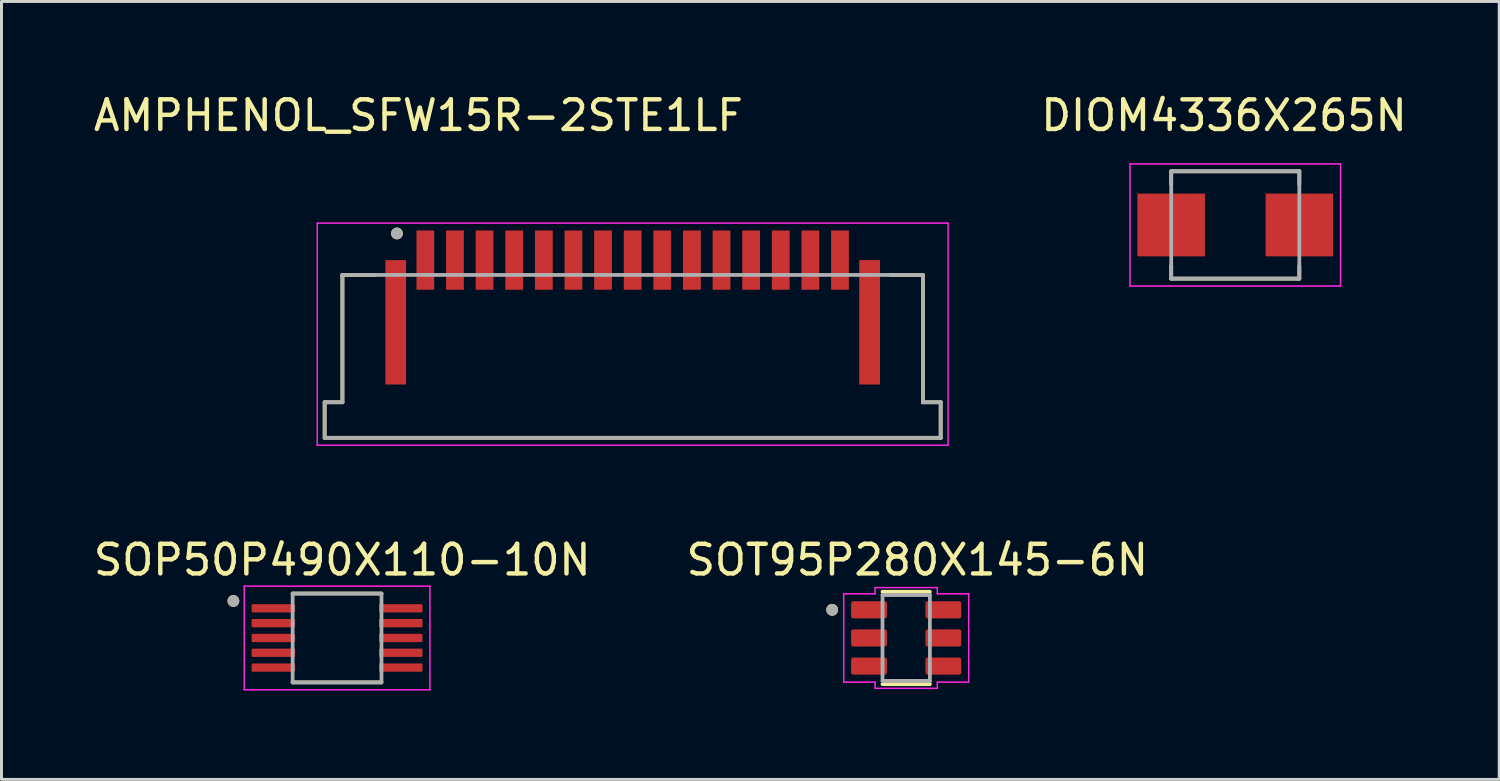
<source format=kicad_pcb>
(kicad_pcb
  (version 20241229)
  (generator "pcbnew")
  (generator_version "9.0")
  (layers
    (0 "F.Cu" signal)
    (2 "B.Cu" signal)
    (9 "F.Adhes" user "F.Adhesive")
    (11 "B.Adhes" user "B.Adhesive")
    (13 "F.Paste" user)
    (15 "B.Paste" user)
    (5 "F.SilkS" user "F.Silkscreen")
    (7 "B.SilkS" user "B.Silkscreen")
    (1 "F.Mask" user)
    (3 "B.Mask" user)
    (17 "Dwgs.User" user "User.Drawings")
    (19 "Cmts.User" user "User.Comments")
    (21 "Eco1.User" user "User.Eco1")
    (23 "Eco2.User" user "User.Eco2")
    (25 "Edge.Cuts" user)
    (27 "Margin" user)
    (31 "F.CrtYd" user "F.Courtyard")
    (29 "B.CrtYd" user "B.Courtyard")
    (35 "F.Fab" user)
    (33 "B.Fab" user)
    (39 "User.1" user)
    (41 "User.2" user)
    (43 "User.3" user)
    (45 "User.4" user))
  (footprint "SOT95P280X145-6N"
    (layer "F.Cu")
    (at 27.548 18.491)
    (property "Reference" "SOT95P280X145-6N" (at 0.375 -2.635 0) (layer "F.SilkS") (effects (font (size 1 1) (thickness 0.15))))
    (attr smd)
    (fp_line (start -0.8 1.56) (end 0.8 1.56) (stroke (width 0.127) (type solid)) (layer "F.SilkS"))
    (fp_line (start 0.8 -1.56) (end -0.8 -1.56) (stroke (width 0.127) (type solid)) (layer "F.SilkS"))
    (fp_circle (center -2.5 -0.95) (end -2.4 -0.95) (stroke (width 0.2) (type solid)) (fill no) (layer "F.SilkS"))
    (fp_line (start -2.11 -1.49) (end -2.11 1.49) (stroke (width 0.05) (type solid)) (layer "F.CrtYd"))
    (fp_line (start -2.11 -1.49) (end -1.05 -1.49) (stroke (width 0.05) (type solid)) (layer "F.CrtYd"))
    (fp_line (start -2.11 1.49) (end -1.05 1.49) (stroke (width 0.05) (type solid)) (layer "F.CrtYd"))
    (fp_line (start -1.05 -1.49) (end -1.05 -1.7) (stroke (width 0.05) (type solid)) (layer "F.CrtYd"))
    (fp_line (start -1.05 1.49) (end -1.05 1.7) (stroke (width 0.05) (type solid)) (layer "F.CrtYd"))
    (fp_line (start -1.05 1.7) (end 1.05 1.7) (stroke (width 0.05) (type solid)) (layer "F.CrtYd"))
    (fp_line (start 1.05 -1.7) (end -1.05 -1.7) (stroke (width 0.05) (type solid)) (layer "F.CrtYd"))
    (fp_line (start 1.05 -1.49) (end 1.05 -1.7) (stroke (width 0.05) (type solid)) (layer "F.CrtYd"))
    (fp_line (start 1.05 1.49) (end 1.05 1.7) (stroke (width 0.05) (type solid)) (layer "F.CrtYd"))
    (fp_line (start 2.11 -1.49) (end 1.05 -1.49) (stroke (width 0.05) (type solid)) (layer "F.CrtYd"))
    (fp_line (start 2.11 1.49) (end 1.05 1.49) (stroke (width 0.05) (type solid)) (layer "F.CrtYd"))
    (fp_line (start 2.11 1.49) (end 2.11 -1.49) (stroke (width 0.05) (type solid)) (layer "F.CrtYd"))
    (fp_line (start -0.8 -1.45) (end -0.8 1.45) (stroke (width 0.127) (type solid)) (layer "F.Fab"))
    (fp_line (start -0.8 1.45) (end 0.8 1.45) (stroke (width 0.127) (type solid)) (layer "F.Fab"))
    (fp_line (start 0.8 -1.45) (end -0.8 -1.45) (stroke (width 0.127) (type solid)) (layer "F.Fab"))
    (fp_line (start 0.8 1.45) (end 0.8 -1.45) (stroke (width 0.127) (type solid)) (layer "F.Fab"))
    (fp_circle (center -2.5 -0.95) (end -2.4 -0.95) (stroke (width 0.2) (type solid)) (fill no) (layer "F.Fab"))
    (pad "1" smd roundrect (at -1.255 -0.95) (size 1.21 0.58) (layers "F.Cu" "F.Mask" "F.Paste") (roundrect_rratio 0.125))
    (pad "2" smd roundrect (at -1.255 0) (size 1.21 0.58) (layers "F.Cu" "F.Mask" "F.Paste") (roundrect_rratio 0.125))
    (pad "3" smd roundrect (at -1.255 0.95) (size 1.21 0.58) (layers "F.Cu" "F.Mask" "F.Paste") (roundrect_rratio 0.125))
    (pad "4" smd roundrect (at 1.255 0.95) (size 1.21 0.58) (layers "F.Cu" "F.Mask" "F.Paste") (roundrect_rratio 0.125))
    (pad "5" smd roundrect (at 1.255 0) (size 1.21 0.58) (layers "F.Cu" "F.Mask" "F.Paste") (roundrect_rratio 0.125))
    (pad "6" smd roundrect (at 1.255 -0.95) (size 1.21 0.58) (layers "F.Cu" "F.Mask" "F.Paste") (roundrect_rratio 0.125)))
  (footprint "SOP50P490X110-10N"
    (layer "F.Cu")
    (at 8.331 18.491)
    (property "Reference" "SOP50P490X110-10N" (at 0.175 -2.635 0) (layer "F.SilkS") (effects (font (size 1 1) (thickness 0.15))))
    (attr smd)
    (fp_line (start -1.5 -1.5) (end 1.5 -1.5) (stroke (width 0.127) (type solid)) (layer "F.SilkS"))
    (fp_line (start -1.5 1.5) (end 1.5 1.5) (stroke (width 0.127) (type solid)) (layer "F.SilkS"))
    (fp_circle (center -3.5 -1.25) (end -3.4 -1.25) (stroke (width 0.2) (type solid)) (fill no) (layer "F.SilkS"))
    (fp_line (start -3.135 -1.75) (end -3.135 1.75) (stroke (width 0.05) (type solid)) (layer "F.CrtYd"))
    (fp_line (start -3.135 -1.75) (end 3.135 -1.75) (stroke (width 0.05) (type solid)) (layer "F.CrtYd"))
    (fp_line (start -3.135 1.75) (end 3.135 1.75) (stroke (width 0.05) (type solid)) (layer "F.CrtYd"))
    (fp_line (start 3.135 -1.75) (end 3.135 1.75) (stroke (width 0.05) (type solid)) (layer "F.CrtYd"))
    (fp_line (start -1.5 -1.5) (end -1.5 1.5) (stroke (width 0.127) (type solid)) (layer "F.Fab"))
    (fp_line (start -1.5 -1.5) (end 1.5 -1.5) (stroke (width 0.127) (type solid)) (layer "F.Fab"))
    (fp_line (start -1.5 1.5) (end 1.5 1.5) (stroke (width 0.127) (type solid)) (layer "F.Fab"))
    (fp_line (start 1.5 -1.5) (end 1.5 1.5) (stroke (width 0.127) (type solid)) (layer "F.Fab"))
    (fp_circle (center -3.5 -1.25) (end -3.4 -1.25) (stroke (width 0.2) (type solid)) (fill no) (layer "F.Fab"))
    (pad "1" smd roundrect (at -2.15 -1) (size 1.47 0.28) (layers "F.Cu" "F.Mask" "F.Paste") (roundrect_rratio 0.125))
    (pad "2" smd roundrect (at -2.15 -0.5) (size 1.47 0.28) (layers "F.Cu" "F.Mask" "F.Paste") (roundrect_rratio 0.125))
    (pad "3" smd roundrect (at -2.15 0) (size 1.47 0.28) (layers "F.Cu" "F.Mask" "F.Paste") (roundrect_rratio 0.125))
    (pad "4" smd roundrect (at -2.15 0.5) (size 1.47 0.28) (layers "F.Cu" "F.Mask" "F.Paste") (roundrect_rratio 0.125))
    (pad "5" smd roundrect (at -2.15 1) (size 1.47 0.28) (layers "F.Cu" "F.Mask" "F.Paste") (roundrect_rratio 0.125))
    (pad "6" smd roundrect (at 2.15 1) (size 1.47 0.28) (layers "F.Cu" "F.Mask" "F.Paste") (roundrect_rratio 0.125))
    (pad "7" smd roundrect (at 2.15 0.5) (size 1.47 0.28) (layers "F.Cu" "F.Mask" "F.Paste") (roundrect_rratio 0.125))
    (pad "8" smd roundrect (at 2.15 0) (size 1.47 0.28) (layers "F.Cu" "F.Mask" "F.Paste") (roundrect_rratio 0.125))
    (pad "9" smd roundrect (at 2.15 -0.5) (size 1.47 0.28) (layers "F.Cu" "F.Mask" "F.Paste") (roundrect_rratio 0.125))
    (pad "10" smd roundrect (at 2.15 -1) (size 1.47 0.28) (layers "F.Cu" "F.Mask" "F.Paste") (roundrect_rratio 0.125)))
  (footprint "AMPHENOL_SFW15R-2STE1LF"
    (layer "F.Cu")
    (at 18.312 7.833)
    (property "Reference" "AMPHENOL_SFW15R-2STE1LF" (at -7.235 -6.985 0) (layer "F.SilkS") (effects (font (size 1 1) (thickness 0.15))))
    (attr smd)
    (fp_line (start -10.4 2.7) (end -9.8 2.7) (stroke (width 0.127) (type solid)) (layer "F.SilkS"))
    (fp_line (start -10.4 3.9) (end -10.4 2.7) (stroke (width 0.127) (type solid)) (layer "F.SilkS"))
    (fp_line (start -9.8 -1.6) (end -8.7 -1.6) (stroke (width 0.127) (type solid)) (layer "F.SilkS"))
    (fp_line (start -9.8 2.7) (end -9.8 -1.6) (stroke (width 0.127) (type solid)) (layer "F.SilkS"))
    (fp_line (start 8.7 -1.6) (end 9.8 -1.6) (stroke (width 0.127) (type solid)) (layer "F.SilkS"))
    (fp_line (start 9.8 -1.6) (end 9.8 2.7) (stroke (width 0.127) (type solid)) (layer "F.SilkS"))
    (fp_line (start 9.8 2.7) (end 10.4 2.7) (stroke (width 0.127) (type solid)) (layer "F.SilkS"))
    (fp_line (start 10.4 2.7) (end 10.4 3.9) (stroke (width 0.127) (type solid)) (layer "F.SilkS"))
    (fp_line (start 10.4 3.9) (end -10.4 3.9) (stroke (width 0.127) (type solid)) (layer "F.SilkS"))
    (fp_circle (center -7.96 -3) (end -7.86 -3) (stroke (width 0.2) (type solid)) (fill no) (layer "F.SilkS"))
    (fp_line (start -10.65 -3.35) (end 10.65 -3.35) (stroke (width 0.05) (type solid)) (layer "F.CrtYd"))
    (fp_line (start -10.65 4.15) (end -10.65 -3.35) (stroke (width 0.05) (type solid)) (layer "F.CrtYd"))
    (fp_line (start 10.65 -3.35) (end 10.65 4.15) (stroke (width 0.05) (type solid)) (layer "F.CrtYd"))
    (fp_line (start 10.65 4.15) (end -10.65 4.15) (stroke (width 0.05) (type solid)) (layer "F.CrtYd"))
    (fp_line (start -10.4 2.7) (end -9.8 2.7) (stroke (width 0.127) (type solid)) (layer "F.Fab"))
    (fp_line (start -10.4 3.9) (end -10.4 2.7) (stroke (width 0.127) (type solid)) (layer "F.Fab"))
    (fp_line (start -10.4 3.9) (end 10.4 3.9) (stroke (width 0.127) (type solid)) (layer "F.Fab"))
    (fp_line (start -9.8 -1.6) (end 9.8 -1.6) (stroke (width 0.127) (type solid)) (layer "F.Fab"))
    (fp_line (start -9.8 2.7) (end -9.8 -1.6) (stroke (width 0.127) (type solid)) (layer "F.Fab"))
    (fp_line (start 9.8 -1.6) (end 9.8 2.7) (stroke (width 0.127) (type solid)) (layer "F.Fab"))
    (fp_line (start 9.8 2.7) (end 10.4 2.7) (stroke (width 0.127) (type solid)) (layer "F.Fab"))
    (fp_line (start 10.4 2.7) (end 10.4 3.9) (stroke (width 0.127) (type solid)) (layer "F.Fab"))
    (fp_circle (center -7.96 -3) (end -7.86 -3) (stroke (width 0.2) (type solid)) (fill no) (layer "F.Fab"))
    (pad "1" smd rect (at -7 -2.1) (size 0.6 2) (layers "F.Cu" "F.Mask" "F.Paste"))
    (pad "2" smd rect (at -6 -2.1) (size 0.6 2) (layers "F.Cu" "F.Mask" "F.Paste"))
    (pad "3" smd rect (at -5 -2.1) (size 0.6 2) (layers "F.Cu" "F.Mask" "F.Paste"))
    (pad "4" smd rect (at -4 -2.1) (size 0.6 2) (layers "F.Cu" "F.Mask" "F.Paste"))
    (pad "5" smd rect (at -3 -2.1) (size 0.6 2) (layers "F.Cu" "F.Mask" "F.Paste"))
    (pad "6" smd rect (at -2 -2.1) (size 0.6 2) (layers "F.Cu" "F.Mask" "F.Paste"))
    (pad "7" smd rect (at -1 -2.1) (size 0.6 2) (layers "F.Cu" "F.Mask" "F.Paste"))
    (pad "8" smd rect (at 0 -2.1) (size 0.6 2) (layers "F.Cu" "F.Mask" "F.Paste"))
    (pad "9" smd rect (at 1 -2.1) (size 0.6 2) (layers "F.Cu" "F.Mask" "F.Paste"))
    (pad "10" smd rect (at 2 -2.1) (size 0.6 2) (layers "F.Cu" "F.Mask" "F.Paste"))
    (pad "11" smd rect (at 3 -2.1) (size 0.6 2) (layers "F.Cu" "F.Mask" "F.Paste"))
    (pad "12" smd rect (at 4 -2.1) (size 0.6 2) (layers "F.Cu" "F.Mask" "F.Paste"))
    (pad "13" smd rect (at 5 -2.1) (size 0.6 2) (layers "F.Cu" "F.Mask" "F.Paste"))
    (pad "14" smd rect (at 6 -2.1) (size 0.6 2) (layers "F.Cu" "F.Mask" "F.Paste"))
    (pad "15" smd rect (at 7 -2.1) (size 0.6 2) (layers "F.Cu" "F.Mask" "F.Paste"))
    (pad "S1" smd rect (at -8 0) (size 0.7 4.2) (layers "F.Cu" "F.Mask" "F.Paste"))
    (pad "S2" smd rect (at 8 0) (size 0.7 4.2) (layers "F.Cu" "F.Mask" "F.Paste")))
  (footprint "DIOM4336X265N"
    (layer "F.Cu")
    (at 38.659 4.546)
    (property "Reference" "DIOM4336X265N" (at -0.38 -3.697 0) (layer "F.SilkS") (effects (font (size 1 1) (thickness 0.15))))
    (attr smd)
    (fp_line (start -2.163 -1.812) (end -2.163 -1.38) (stroke (width 0.127) (type solid)) (layer "F.SilkS"))
    (fp_line (start -2.163 1.812) (end -2.163 1.38) (stroke (width 0.127) (type solid)) (layer "F.SilkS"))
    (fp_line (start -2.163 1.812) (end 2.163 1.812) (stroke (width 0.127) (type solid)) (layer "F.SilkS"))
    (fp_line (start 2.163 -1.812) (end -2.163 -1.812) (stroke (width 0.127) (type solid)) (layer "F.SilkS"))
    (fp_line (start 2.163 -1.38) (end 2.163 -1.812) (stroke (width 0.127) (type solid)) (layer "F.SilkS"))
    (fp_line (start 2.163 1.812) (end 2.163 1.38) (stroke (width 0.127) (type solid)) (layer "F.SilkS"))
    (fp_line (start -3.555 -2.062) (end -3.555 2.062) (stroke (width 0.05) (type solid)) (layer "F.CrtYd"))
    (fp_line (start -3.555 2.062) (end 3.555 2.062) (stroke (width 0.05) (type solid)) (layer "F.CrtYd"))
    (fp_line (start 3.555 -2.062) (end -3.555 -2.062) (stroke (width 0.05) (type solid)) (layer "F.CrtYd"))
    (fp_line (start 3.555 2.062) (end 3.555 -2.062) (stroke (width 0.05) (type solid)) (layer "F.CrtYd"))
    (fp_line (start -2.163 -1.812) (end -2.163 1.812) (stroke (width 0.127) (type solid)) (layer "F.Fab"))
    (fp_line (start -2.163 1.812) (end 2.163 1.812) (stroke (width 0.127) (type solid)) (layer "F.Fab"))
    (fp_line (start 2.163 -1.812) (end -2.163 -1.812) (stroke (width 0.127) (type solid)) (layer "F.Fab"))
    (fp_line (start 2.163 1.812) (end 2.163 -1.812) (stroke (width 0.127) (type solid)) (layer "F.Fab"))
    (pad "1" smd rect (at -2.165 0) (size 2.28 2.12) (layers "F.Cu" "F.Mask" "F.Paste"))
    (pad "2" smd rect (at 2.165 0) (size 2.28 2.12) (layers "F.Cu" "F.Mask" "F.Paste")))
  (gr_rect
    (start -3 -3)
    (end 47.571 23.267)
    (stroke (width 0.1) (type default))
    (fill no)
    (layer "Edge.Cuts")))
</source>
